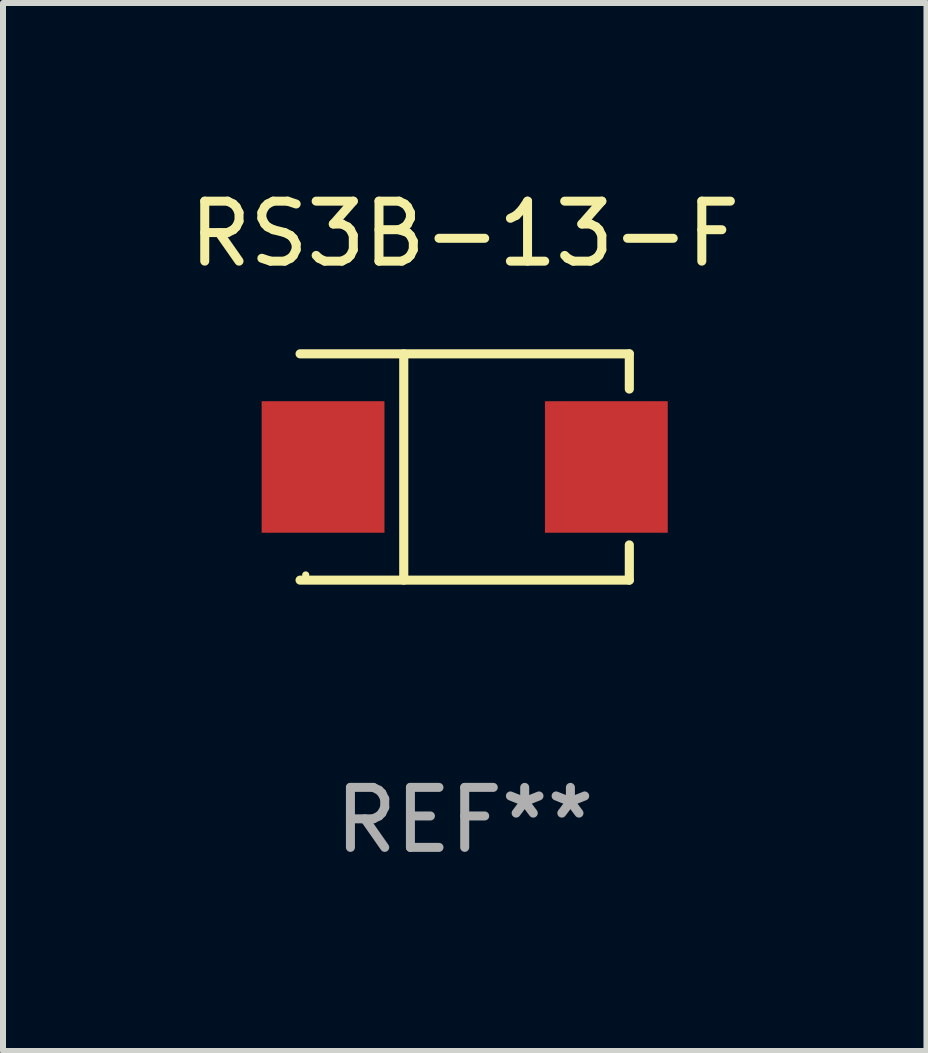
<source format=kicad_pcb>
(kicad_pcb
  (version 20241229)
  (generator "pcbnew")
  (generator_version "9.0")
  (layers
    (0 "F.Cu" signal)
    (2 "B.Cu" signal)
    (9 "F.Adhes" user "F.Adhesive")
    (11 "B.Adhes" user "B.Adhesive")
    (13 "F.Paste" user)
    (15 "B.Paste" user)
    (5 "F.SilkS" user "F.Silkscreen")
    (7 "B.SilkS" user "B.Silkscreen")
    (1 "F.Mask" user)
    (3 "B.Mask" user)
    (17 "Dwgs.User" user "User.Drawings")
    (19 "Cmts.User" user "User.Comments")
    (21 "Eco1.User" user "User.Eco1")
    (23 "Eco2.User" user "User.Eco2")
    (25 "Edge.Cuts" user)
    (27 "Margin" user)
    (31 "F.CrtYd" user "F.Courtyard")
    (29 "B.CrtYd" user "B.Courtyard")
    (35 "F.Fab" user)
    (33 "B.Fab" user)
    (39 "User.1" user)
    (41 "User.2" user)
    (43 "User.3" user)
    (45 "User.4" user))
  (footprint "RS3B-13-F"
    (layer "F.Cu")
    (at 4.696 4.734)
    (property "Reference" "RS3B-13-F" (at 0 -3.886 0) (layer "F.SilkS") (effects (font (size 1 1) (thickness 0.15))))
    (attr through_hole)
    (fp_line (start -2.744 -1.886) (end 2.744 -1.886) (stroke (width 0.152) (type solid)) (layer "F.SilkS"))
    (fp_line (start -2.744 1.886) (end 2.744 1.886) (stroke (width 0.152) (type solid)) (layer "F.SilkS"))
    (fp_line (start -1.016 -1.886) (end -1.016 1.886) (stroke (width 0.152) (type solid)) (layer "F.SilkS"))
    (fp_line (start 2.744 -1.886) (end 2.744 -1.299) (stroke (width 0.152) (type solid)) (layer "F.SilkS"))
    (fp_line (start 2.744 1.886) (end 2.744 1.299) (stroke (width 0.152) (type solid)) (layer "F.SilkS"))
    (fp_circle (center -2.65 1.8) (end -2.62 1.8) (stroke (width 0.06) (type solid)) (fill no) (layer "F.SilkS"))
    (fp_text user "REF**" (at 0 5.886 0) (layer "F.Fab") (effects (font (size 1 1) (thickness 0.15))))
    (pad "1" smd rect (at -2.361 0) (size 2.047 2.192) (layers "F.Cu" "F.Mask" "F.Paste"))
    (pad "2" smd rect (at 2.361 0) (size 2.047 2.192) (layers "F.Cu" "F.Mask" "F.Paste")))
  (gr_rect
    (start -3 -3)
    (end 12.393 14.469)
    (stroke (width 0.1) (type default))
    (fill no)
    (layer "Edge.Cuts")))
</source>
